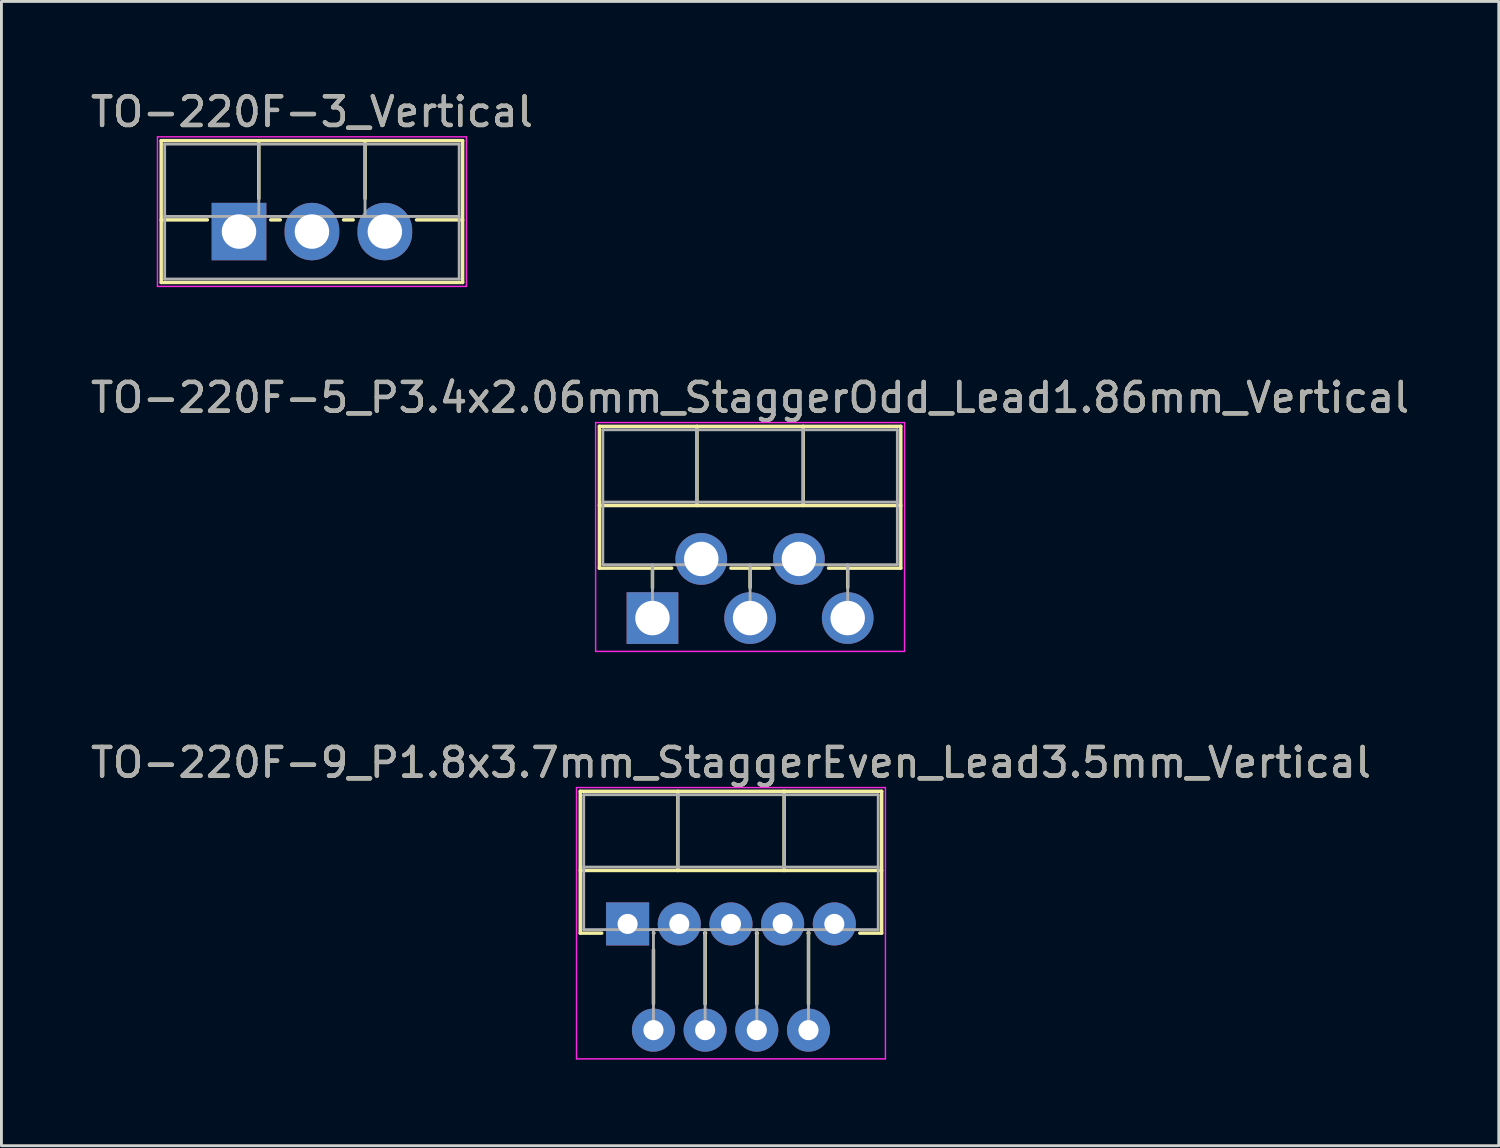
<source format=kicad_pcb>
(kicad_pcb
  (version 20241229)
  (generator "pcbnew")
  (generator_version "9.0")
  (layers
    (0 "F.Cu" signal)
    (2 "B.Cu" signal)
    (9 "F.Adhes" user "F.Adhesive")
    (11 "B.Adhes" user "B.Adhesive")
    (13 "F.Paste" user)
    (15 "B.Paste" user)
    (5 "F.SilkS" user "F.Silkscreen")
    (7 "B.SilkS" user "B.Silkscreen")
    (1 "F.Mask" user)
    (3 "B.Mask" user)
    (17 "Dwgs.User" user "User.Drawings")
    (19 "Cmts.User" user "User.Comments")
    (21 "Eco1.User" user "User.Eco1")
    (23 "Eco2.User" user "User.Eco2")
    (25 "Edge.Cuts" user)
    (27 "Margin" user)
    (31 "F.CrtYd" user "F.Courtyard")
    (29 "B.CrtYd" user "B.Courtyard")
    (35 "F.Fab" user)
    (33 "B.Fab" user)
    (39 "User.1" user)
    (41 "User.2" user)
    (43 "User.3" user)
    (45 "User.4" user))
  (footprint "TO-220F-5_P3.4x2.06mm_StaggerOdd_Lead1.86mm_Vertical"
    (layer "F.Cu")
    (at 19.677 18.479)
    (property "Reference" "TO-220F-5_P3.4x2.06mm_StaggerOdd_Lead1.86mm_Vertical" (at 3.4 -7.68 0) (layer "F.SilkS") (effects (font (size 1 1) (thickness 0.15))))
    (attr through_hole)
    (fp_line (start -1.85 -6.68) (end -1.85 -1.739) (stroke (width 0.12) (type solid)) (layer "F.SilkS"))
    (fp_line (start -1.85 -6.68) (end 8.65 -6.68) (stroke (width 0.12) (type solid)) (layer "F.SilkS"))
    (fp_line (start -1.85 -3.921) (end 8.65 -3.921) (stroke (width 0.12) (type solid)) (layer "F.SilkS"))
    (fp_line (start -1.85 -1.739) (end 0.669 -1.739) (stroke (width 0.12) (type solid)) (layer "F.SilkS"))
    (fp_line (start 0 -1.739) (end 0 -1.05) (stroke (width 0.12) (type solid)) (layer "F.SilkS"))
    (fp_line (start 1.55 -6.68) (end 1.55 -3.921) (stroke (width 0.12) (type solid)) (layer "F.SilkS"))
    (fp_line (start 2.732 -1.739) (end 4.069 -1.739) (stroke (width 0.12) (type solid)) (layer "F.SilkS"))
    (fp_line (start 3.4 -1.739) (end 3.4 -1.065) (stroke (width 0.12) (type solid)) (layer "F.SilkS"))
    (fp_line (start 5.25 -6.68) (end 5.25 -3.921) (stroke (width 0.12) (type solid)) (layer "F.SilkS"))
    (fp_line (start 6.132 -1.739) (end 8.65 -1.739) (stroke (width 0.12) (type solid)) (layer "F.SilkS"))
    (fp_line (start 6.8 -1.739) (end 6.8 -1.065) (stroke (width 0.12) (type solid)) (layer "F.SilkS"))
    (fp_line (start 8.65 -6.68) (end 8.65 -1.739) (stroke (width 0.12) (type solid)) (layer "F.SilkS"))
    (fp_line (start -1.98 -6.81) (end -1.98 1.16) (stroke (width 0.05) (type solid)) (layer "F.CrtYd"))
    (fp_line (start -1.98 1.16) (end 8.78 1.16) (stroke (width 0.05) (type solid)) (layer "F.CrtYd"))
    (fp_line (start 8.78 -6.81) (end -1.98 -6.81) (stroke (width 0.05) (type solid)) (layer "F.CrtYd"))
    (fp_line (start 8.78 1.16) (end 8.78 -6.81) (stroke (width 0.05) (type solid)) (layer "F.CrtYd"))
    (fp_line (start -1.73 -6.56) (end -1.73 -1.86) (stroke (width 0.1) (type solid)) (layer "F.Fab"))
    (fp_line (start -1.73 -4.04) (end 8.53 -4.04) (stroke (width 0.1) (type solid)) (layer "F.Fab"))
    (fp_line (start -1.73 -1.86) (end 8.53 -1.86) (stroke (width 0.1) (type solid)) (layer "F.Fab"))
    (fp_line (start 0 -1.86) (end 0 0) (stroke (width 0.1) (type solid)) (layer "F.Fab"))
    (fp_line (start 1.55 -6.56) (end 1.55 -4.04) (stroke (width 0.1) (type solid)) (layer "F.Fab"))
    (fp_line (start 3.4 -1.86) (end 3.4 0) (stroke (width 0.1) (type solid)) (layer "F.Fab"))
    (fp_line (start 5.25 -6.56) (end 5.25 -4.04) (stroke (width 0.1) (type solid)) (layer "F.Fab"))
    (fp_line (start 6.8 -1.86) (end 6.8 0) (stroke (width 0.1) (type solid)) (layer "F.Fab"))
    (fp_line (start 8.53 -6.56) (end -1.73 -6.56) (stroke (width 0.1) (type solid)) (layer "F.Fab"))
    (fp_line (start 8.53 -1.86) (end 8.53 -6.56) (stroke (width 0.1) (type solid)) (layer "F.Fab"))
    (fp_text user "${REFERENCE}" (at 3.4 -7.68 0) (layer "F.Fab") (effects (font (size 1 1) (thickness 0.15))))
    (pad "1" thru_hole rect (at 0 0) (size 1.8 1.8) (drill 1.2) (layers "*.Cu" "*.Mask"))
    (pad "2" thru_hole oval (at 1.7 -2.06) (size 1.8 1.8) (drill 1.2) (layers "*.Cu" "*.Mask"))
    (pad "3" thru_hole oval (at 3.4 0) (size 1.8 1.8) (drill 1.2) (layers "*.Cu" "*.Mask"))
    (pad "4" thru_hole oval (at 5.1 -2.06) (size 1.8 1.8) (drill 1.2) (layers "*.Cu" "*.Mask"))
    (pad "5" thru_hole oval (at 6.8 0) (size 1.8 1.8) (drill 1.2) (layers "*.Cu" "*.Mask")))
  (footprint "TO-220F-3_Vertical"
    (layer "F.Cu")
    (at 5.275 5.016)
    (property "Reference" "TO-220F-3_Vertical" (at 2.54 -4.168 0) (layer "F.SilkS") (effects (font (size 1 1) (thickness 0.15))))
    (attr through_hole)
    (fp_line (start -2.71 -3.168) (end -2.71 1.773) (stroke (width 0.12) (type solid)) (layer "F.SilkS"))
    (fp_line (start -2.71 -3.168) (end 7.79 -3.168) (stroke (width 0.12) (type solid)) (layer "F.SilkS"))
    (fp_line (start -2.71 -0.408) (end -1.103 -0.408) (stroke (width 0.12) (type solid)) (layer "F.SilkS"))
    (fp_line (start -2.71 1.773) (end 7.79 1.773) (stroke (width 0.12) (type solid)) (layer "F.SilkS"))
    (fp_line (start 0.69 -3.168) (end 0.69 -1.15) (stroke (width 0.12) (type solid)) (layer "F.SilkS"))
    (fp_line (start 1.103 -0.408) (end 1.438 -0.408) (stroke (width 0.12) (type solid)) (layer "F.SilkS"))
    (fp_line (start 3.643 -0.408) (end 3.978 -0.408) (stroke (width 0.12) (type solid)) (layer "F.SilkS"))
    (fp_line (start 4.391 -3.168) (end 4.391 -1.15) (stroke (width 0.12) (type solid)) (layer "F.SilkS"))
    (fp_line (start 6.183 -0.408) (end 7.79 -0.408) (stroke (width 0.12) (type solid)) (layer "F.SilkS"))
    (fp_line (start 7.79 -3.168) (end 7.79 1.773) (stroke (width 0.12) (type solid)) (layer "F.SilkS"))
    (fp_line (start -2.84 -3.3) (end -2.84 1.91) (stroke (width 0.05) (type solid)) (layer "F.CrtYd"))
    (fp_line (start -2.84 1.91) (end 7.92 1.91) (stroke (width 0.05) (type solid)) (layer "F.CrtYd"))
    (fp_line (start 7.92 -3.3) (end -2.84 -3.3) (stroke (width 0.05) (type solid)) (layer "F.CrtYd"))
    (fp_line (start 7.92 1.91) (end 7.92 -3.3) (stroke (width 0.05) (type solid)) (layer "F.CrtYd"))
    (fp_line (start -2.59 -3.047) (end -2.59 1.653) (stroke (width 0.1) (type solid)) (layer "F.Fab"))
    (fp_line (start -2.59 -0.527) (end 7.67 -0.527) (stroke (width 0.1) (type solid)) (layer "F.Fab"))
    (fp_line (start -2.59 1.653) (end 7.67 1.653) (stroke (width 0.1) (type solid)) (layer "F.Fab"))
    (fp_line (start 0.69 -3.047) (end 0.69 -0.527) (stroke (width 0.1) (type solid)) (layer "F.Fab"))
    (fp_line (start 4.39 -3.047) (end 4.39 -0.527) (stroke (width 0.1) (type solid)) (layer "F.Fab"))
    (fp_line (start 7.67 -3.047) (end -2.59 -3.047) (stroke (width 0.1) (type solid)) (layer "F.Fab"))
    (fp_line (start 7.67 1.653) (end 7.67 -3.047) (stroke (width 0.1) (type solid)) (layer "F.Fab"))
    (fp_text user "${REFERENCE}" (at 2.54 -4.168 0) (layer "F.Fab") (effects (font (size 1 1) (thickness 0.15))))
    (pad "1" thru_hole rect (at 0 0) (size 1.905 2) (drill 1.2) (layers "*.Cu" "*.Mask"))
    (pad "2" thru_hole oval (at 2.54 0) (size 1.905 2) (drill 1.2) (layers "*.Cu" "*.Mask"))
    (pad "3" thru_hole oval (at 5.08 0) (size 1.905 2) (drill 1.2) (layers "*.Cu" "*.Mask")))
  (footprint "TO-220F-9_P1.8x3.7mm_StaggerEven_Lead3.5mm_Vertical"
    (layer "F.Cu")
    (at 18.811 29.132)
    (property "Reference" "TO-220F-9_P1.8x3.7mm_StaggerEven_Lead3.5mm_Vertical" (at 3.6 -5.62 0) (layer "F.SilkS") (effects (font (size 1 1) (thickness 0.15))))
    (attr through_hole)
    (fp_line (start -1.65 -4.62) (end -1.65 0.321) (stroke (width 0.12) (type solid)) (layer "F.SilkS"))
    (fp_line (start -1.65 -4.62) (end 8.85 -4.62) (stroke (width 0.12) (type solid)) (layer "F.SilkS"))
    (fp_line (start -1.65 -1.861) (end 8.85 -1.861) (stroke (width 0.12) (type solid)) (layer "F.SilkS"))
    (fp_line (start -1.65 0.321) (end -0.9 0.321) (stroke (width 0.12) (type solid)) (layer "F.SilkS"))
    (fp_line (start 0.9 0.321) (end 0.914 0.321) (stroke (width 0.12) (type solid)) (layer "F.SilkS"))
    (fp_line (start 0.9 0.9) (end 0.9 2.785) (stroke (width 0.12) (type solid)) (layer "F.SilkS"))
    (fp_line (start 1.75 -4.62) (end 1.75 -1.861) (stroke (width 0.12) (type solid)) (layer "F.SilkS"))
    (fp_line (start 2.687 0.321) (end 2.714 0.321) (stroke (width 0.12) (type solid)) (layer "F.SilkS"))
    (fp_line (start 2.7 0.321) (end 2.7 2.785) (stroke (width 0.12) (type solid)) (layer "F.SilkS"))
    (fp_line (start 4.487 0.321) (end 4.514 0.321) (stroke (width 0.12) (type solid)) (layer "F.SilkS"))
    (fp_line (start 4.5 0.321) (end 4.5 2.785) (stroke (width 0.12) (type solid)) (layer "F.SilkS"))
    (fp_line (start 5.45 -4.62) (end 5.45 -1.861) (stroke (width 0.12) (type solid)) (layer "F.SilkS"))
    (fp_line (start 6.287 0.321) (end 6.314 0.321) (stroke (width 0.12) (type solid)) (layer "F.SilkS"))
    (fp_line (start 6.301 0.321) (end 6.301 2.785) (stroke (width 0.12) (type solid)) (layer "F.SilkS"))
    (fp_line (start 8.087 0.321) (end 8.85 0.321) (stroke (width 0.12) (type solid)) (layer "F.SilkS"))
    (fp_line (start 8.85 -4.62) (end 8.85 0.321) (stroke (width 0.12) (type solid)) (layer "F.SilkS"))
    (fp_line (start -1.78 -4.75) (end -1.78 4.7) (stroke (width 0.05) (type solid)) (layer "F.CrtYd"))
    (fp_line (start -1.78 4.7) (end 8.98 4.7) (stroke (width 0.05) (type solid)) (layer "F.CrtYd"))
    (fp_line (start 8.98 -4.75) (end -1.78 -4.75) (stroke (width 0.05) (type solid)) (layer "F.CrtYd"))
    (fp_line (start 8.98 4.7) (end 8.98 -4.75) (stroke (width 0.05) (type solid)) (layer "F.CrtYd"))
    (fp_line (start -1.53 -4.5) (end -1.53 0.2) (stroke (width 0.1) (type solid)) (layer "F.Fab"))
    (fp_line (start -1.53 -1.98) (end 8.73 -1.98) (stroke (width 0.1) (type solid)) (layer "F.Fab"))
    (fp_line (start -1.53 0.2) (end 8.73 0.2) (stroke (width 0.1) (type solid)) (layer "F.Fab"))
    (fp_line (start 0.9 0.2) (end 0.9 3.7) (stroke (width 0.1) (type solid)) (layer "F.Fab"))
    (fp_line (start 1.75 -4.5) (end 1.75 -1.98) (stroke (width 0.1) (type solid)) (layer "F.Fab"))
    (fp_line (start 2.7 0.2) (end 2.7 3.7) (stroke (width 0.1) (type solid)) (layer "F.Fab"))
    (fp_line (start 4.5 0.2) (end 4.5 3.7) (stroke (width 0.1) (type solid)) (layer "F.Fab"))
    (fp_line (start 5.45 -4.5) (end 5.45 -1.98) (stroke (width 0.1) (type solid)) (layer "F.Fab"))
    (fp_line (start 6.3 0.2) (end 6.3 3.7) (stroke (width 0.1) (type solid)) (layer "F.Fab"))
    (fp_line (start 8.73 -4.5) (end -1.53 -4.5) (stroke (width 0.1) (type solid)) (layer "F.Fab"))
    (fp_line (start 8.73 0.2) (end 8.73 -4.5) (stroke (width 0.1) (type solid)) (layer "F.Fab"))
    (fp_text user "${REFERENCE}" (at 3.6 -5.62 0) (layer "F.Fab") (effects (font (size 1 1) (thickness 0.15))))
    (pad "1" thru_hole rect (at 0 0) (size 1.5 1.5) (drill 0.7) (layers "*.Cu" "*.Mask"))
    (pad "2" thru_hole oval (at 0.9 3.7) (size 1.5 1.5) (drill 0.7) (layers "*.Cu" "*.Mask"))
    (pad "3" thru_hole oval (at 1.8 0) (size 1.5 1.5) (drill 0.7) (layers "*.Cu" "*.Mask"))
    (pad "4" thru_hole oval (at 2.7 3.7) (size 1.5 1.5) (drill 0.7) (layers "*.Cu" "*.Mask"))
    (pad "5" thru_hole oval (at 3.6 0) (size 1.5 1.5) (drill 0.7) (layers "*.Cu" "*.Mask"))
    (pad "6" thru_hole oval (at 4.5 3.7) (size 1.5 1.5) (drill 0.7) (layers "*.Cu" "*.Mask"))
    (pad "7" thru_hole oval (at 5.4 0) (size 1.5 1.5) (drill 0.7) (layers "*.Cu" "*.Mask"))
    (pad "8" thru_hole oval (at 6.3 3.7) (size 1.5 1.5) (drill 0.7) (layers "*.Cu" "*.Mask"))
    (pad "9" thru_hole oval (at 7.2 0) (size 1.5 1.5) (drill 0.7) (layers "*.Cu" "*.Mask")))
  (gr_rect
    (start -3 -3)
    (end 49.155 36.857)
    (stroke (width 0.1) (type default))
    (fill no)
    (layer "Edge.Cuts")))
</source>
